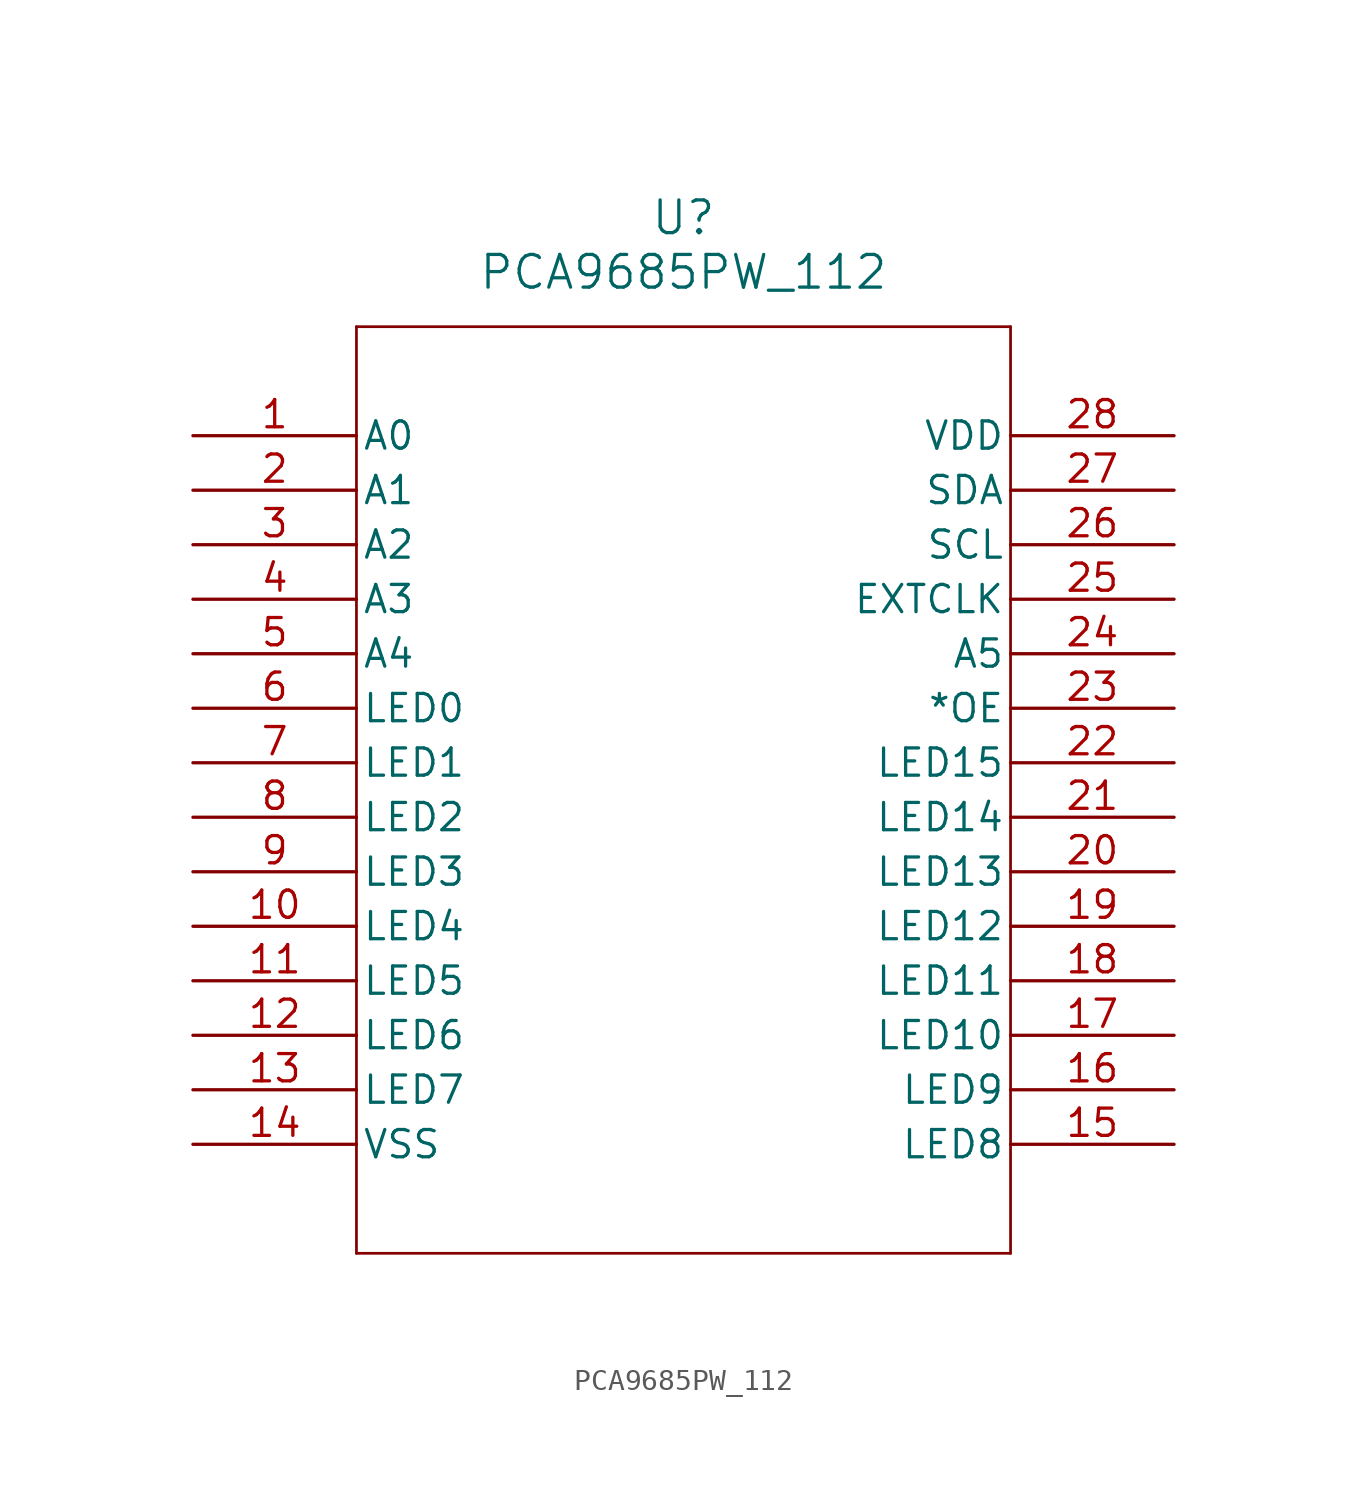
<source format=kicad_sym>
(kicad_symbol_lib
  (version 20211014)
  (generator kicad_symbol_editor)
  (symbol "PCA9685PW_112"
    (pin_names
      (offset 0.254))
    (property "Reference" "U"
      (at 22.86 10.16 0)
      (effects (font (size 1.524 1.524))))
    (property "Value" "PCA9685PW_112"
      (at 22.86 7.62 0)
      (effects (font (size 1.524 1.524))))
    (symbol "PCA9685PW_112_0_1"
      (polyline (pts (xy 7.62 5.08) (xy 7.62 -38.1)) (stroke (width 0.127) (type default) (color 0 0 0 0)) (fill (type none)))
      (polyline (pts (xy 7.62 -38.1) (xy 38.1 -38.1)) (stroke (width 0.127) (type default) (color 0 0 0 0)) (fill (type none)))
      (polyline (pts (xy 38.1 -38.1) (xy 38.1 5.08)) (stroke (width 0.127) (type default) (color 0 0 0 0)) (fill (type none)))
      (polyline (pts (xy 38.1 5.08) (xy 7.62 5.08)) (stroke (width 0.127) (type default) (color 0 0 0 0)) (fill (type none)))
      (pin input line (at 0 0 0) (length 7.62) (name "A0" (effects (font (size 1.27 1.27)))) (number "1" (effects (font (size 1.27 1.27)))))
      (pin input line (at 0 -2.54 0) (length 7.62) (name "A1" (effects (font (size 1.27 1.27)))) (number "2" (effects (font (size 1.27 1.27)))))
      (pin output line (at 0 -5.08 0) (length 7.62) (name "A2" (effects (font (size 1.27 1.27)))) (number "3" (effects (font (size 1.27 1.27)))))
      (pin output line (at 0 -7.62 0) (length 7.62) (name "A3" (effects (font (size 1.27 1.27)))) (number "4" (effects (font (size 1.27 1.27)))))
      (pin output line (at 0 -10.16 0) (length 7.62) (name "A4" (effects (font (size 1.27 1.27)))) (number "5" (effects (font (size 1.27 1.27)))))
      (pin output line (at 0 -12.7 0) (length 7.62) (name "LED0" (effects (font (size 1.27 1.27)))) (number "6" (effects (font (size 1.27 1.27)))))
      (pin output line (at 0 -15.24 0) (length 7.62) (name "LED1" (effects (font (size 1.27 1.27)))) (number "7" (effects (font (size 1.27 1.27)))))
      (pin output line (at 0 -17.78 0) (length 7.62) (name "LED2" (effects (font (size 1.27 1.27)))) (number "8" (effects (font (size 1.27 1.27)))))
      (pin output line (at 0 -20.32 0) (length 7.62) (name "LED3" (effects (font (size 1.27 1.27)))) (number "9" (effects (font (size 1.27 1.27)))))
      (pin output line (at 0 -22.86 0) (length 7.62) (name "LED4" (effects (font (size 1.27 1.27)))) (number "10" (effects (font (size 1.27 1.27)))))
      (pin power_out line (at 0 -25.4 0) (length 7.62) (name "LED5" (effects (font (size 1.27 1.27)))) (number "11" (effects (font (size 1.27 1.27)))))
      (pin output line (at 0 -27.94 0) (length 7.62) (name "LED6" (effects (font (size 1.27 1.27)))) (number "12" (effects (font (size 1.27 1.27)))))
      (pin output line (at 0 -30.48 0) (length 7.62) (name "LED7" (effects (font (size 1.27 1.27)))) (number "13" (effects (font (size 1.27 1.27)))))
      (pin output line (at 0 -33.02 0) (length 7.62) (name "VSS" (effects (font (size 1.27 1.27)))) (number "14" (effects (font (size 1.27 1.27)))))
      (pin output line (at 45.72 -33.02 180) (length 7.62) (name "LED8" (effects (font (size 1.27 1.27)))) (number "15" (effects (font (size 1.27 1.27)))))
      (pin output line (at 45.72 -30.48 180) (length 7.62) (name "LED9" (effects (font (size 1.27 1.27)))) (number "16" (effects (font (size 1.27 1.27)))))
      (pin output line (at 45.72 -27.94 180) (length 7.62) (name "LED10" (effects (font (size 1.27 1.27)))) (number "17" (effects (font (size 1.27 1.27)))))
      (pin output line (at 45.72 -25.4 180) (length 7.62) (name "LED11" (effects (font (size 1.27 1.27)))) (number "18" (effects (font (size 1.27 1.27)))))
      (pin output line (at 45.72 -22.86 180) (length 7.62) (name "LED12" (effects (font (size 1.27 1.27)))) (number "19" (effects (font (size 1.27 1.27)))))
      (pin input line (at 45.72 -20.32 180) (length 7.62) (name "LED13" (effects (font (size 1.27 1.27)))) (number "20" (effects (font (size 1.27 1.27)))))
      (pin bidirectional line (at 45.72 -17.78 180) (length 7.62) (name "LED14" (effects (font (size 1.27 1.27)))) (number "21" (effects (font (size 1.27 1.27)))))
      (pin input line (at 45.72 -15.24 180) (length 7.62) (name "LED15" (effects (font (size 1.27 1.27)))) (number "22" (effects (font (size 1.27 1.27)))))
      (pin input line (at 45.72 -12.7 180) (length 7.62) (name "*OE" (effects (font (size 1.27 1.27)))) (number "23" (effects (font (size 1.27 1.27)))))
      (pin bidirectional line (at 45.72 -10.16 180) (length 7.62) (name "A5" (effects (font (size 1.27 1.27)))) (number "24" (effects (font (size 1.27 1.27)))))
      (pin power_in line (at 45.72 -7.62 180) (length 7.62) (name "EXTCLK" (effects (font (size 1.27 1.27)))) (number "25" (effects (font (size 1.27 1.27)))))
      (pin input line (at 45.72 -5.08 180) (length 7.62) (name "SCL" (effects (font (size 1.27 1.27)))) (number "26" (effects (font (size 1.27 1.27)))))
      (pin input line (at 45.72 -2.54 180) (length 7.62) (name "SDA" (effects (font (size 1.27 1.27)))) (number "27" (effects (font (size 1.27 1.27)))))
      (pin input line (at 45.72 0 180) (length 7.62) (name "VDD" (effects (font (size 1.27 1.27)))) (number "28" (effects (font (size 1.27 1.27))))))))
</source>
